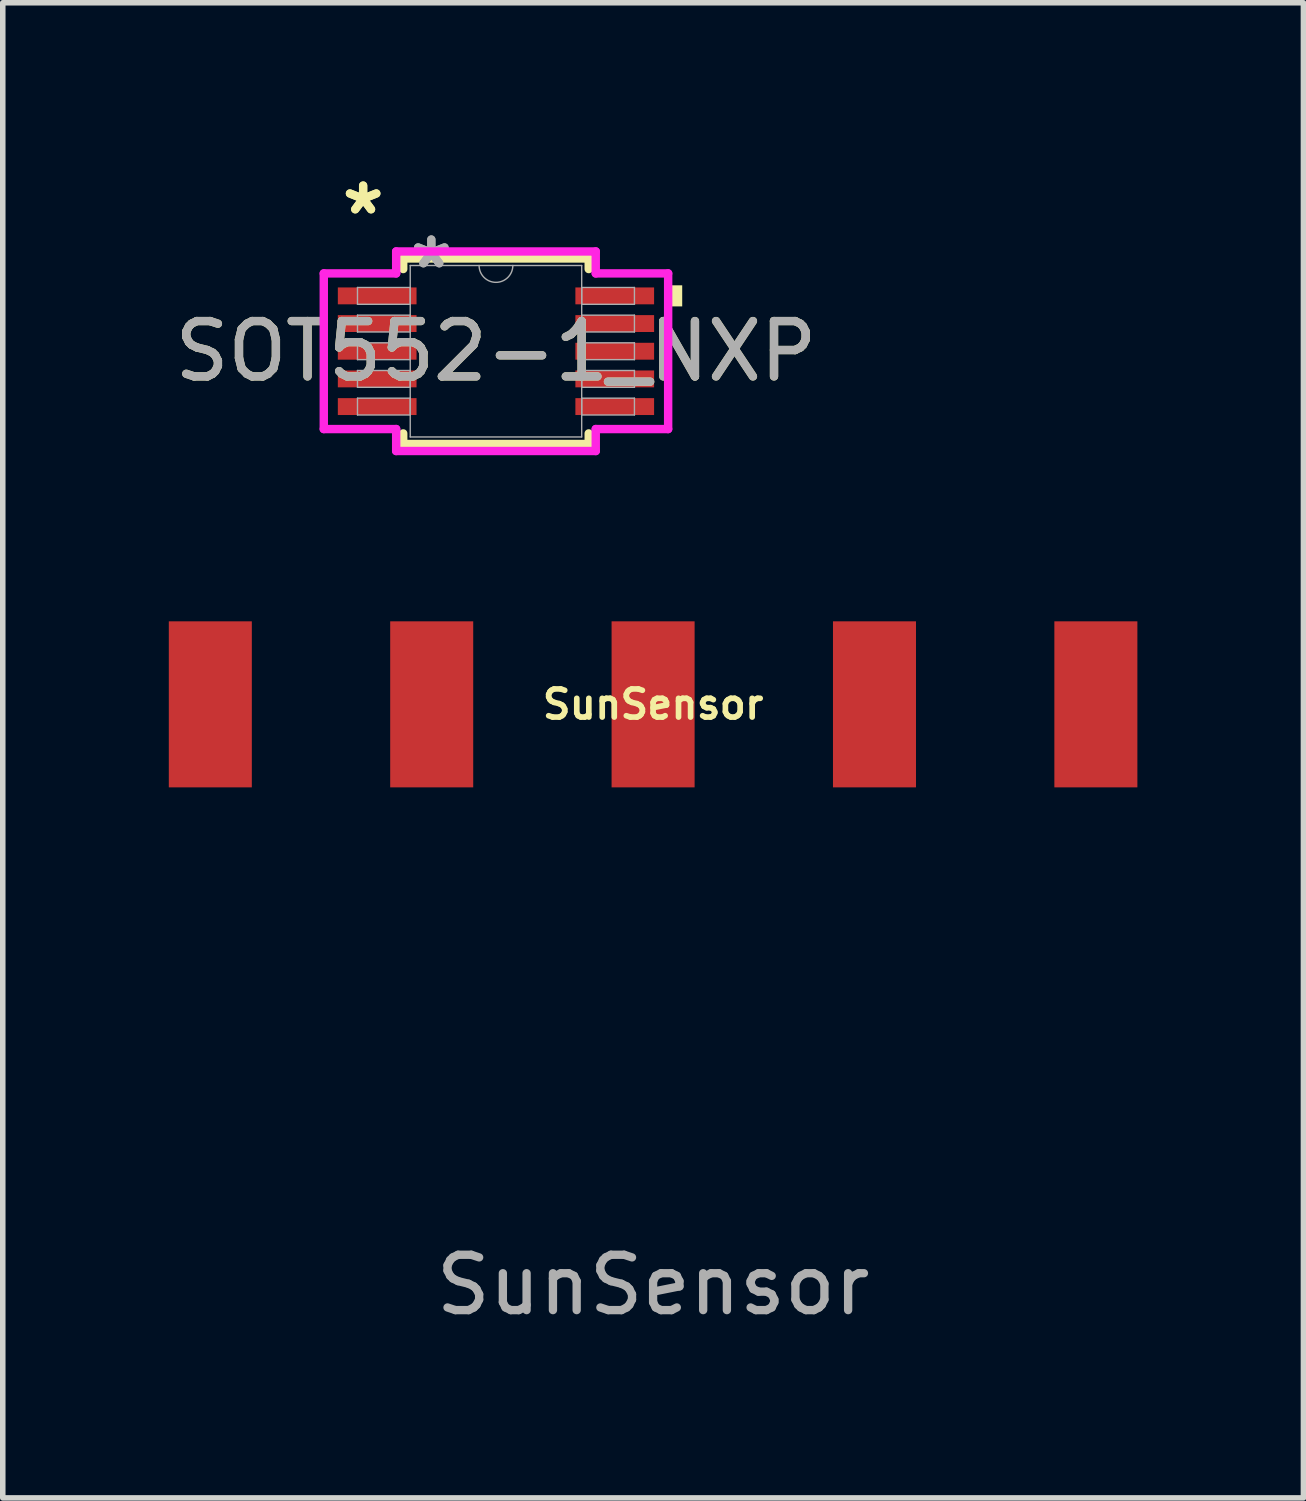
<source format=kicad_pcb>
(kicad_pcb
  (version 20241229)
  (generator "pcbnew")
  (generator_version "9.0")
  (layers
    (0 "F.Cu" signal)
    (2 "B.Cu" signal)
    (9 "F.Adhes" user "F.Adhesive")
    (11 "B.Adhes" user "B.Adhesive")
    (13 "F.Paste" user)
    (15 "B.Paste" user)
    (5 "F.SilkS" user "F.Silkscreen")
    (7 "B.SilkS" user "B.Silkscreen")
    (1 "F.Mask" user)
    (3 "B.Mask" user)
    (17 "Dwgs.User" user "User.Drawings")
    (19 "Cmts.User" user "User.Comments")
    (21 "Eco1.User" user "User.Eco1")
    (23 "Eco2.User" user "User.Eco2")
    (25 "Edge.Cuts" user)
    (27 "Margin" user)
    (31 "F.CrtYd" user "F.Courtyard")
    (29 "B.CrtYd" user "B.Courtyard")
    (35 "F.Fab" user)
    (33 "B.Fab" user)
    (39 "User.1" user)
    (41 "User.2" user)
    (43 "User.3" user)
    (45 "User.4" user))
  (footprint "SOT552-1_NXP"
    (layer "F.Cu")
    (at 5.911 3.296)
    (property "Reference" "SOT552-1_NXP" (at 0 0 0) (unlocked yes) (layer "F.SilkS") (effects (font (size 1 1) (thickness 0.15))))
    (attr smd)
    (fp_line (start -1.676 -1.676) (end -1.676 -1.485) (stroke (width 0.152) (type solid)) (layer "F.SilkS"))
    (fp_line (start -1.676 1.485) (end -1.676 1.676) (stroke (width 0.152) (type solid)) (layer "F.SilkS"))
    (fp_line (start -1.676 1.676) (end 1.676 1.676) (stroke (width 0.152) (type solid)) (layer "F.SilkS"))
    (fp_line (start 1.676 -1.676) (end -1.676 -1.676) (stroke (width 0.152) (type solid)) (layer "F.SilkS"))
    (fp_line (start 1.676 -1.485) (end 1.676 -1.676) (stroke (width 0.152) (type solid)) (layer "F.SilkS"))
    (fp_line (start 1.676 1.676) (end 1.676 1.485) (stroke (width 0.152) (type solid)) (layer "F.SilkS"))
    (fp_poly (pts (xy 3.365 -1.191) (xy 3.365 -0.81) (xy 3.111 -0.81) (xy 3.111 -1.191)) (stroke (width 0) (type solid)) (fill yes) (layer "F.SilkS"))
    (fp_line (start -3.111 -1.406) (end -1.803 -1.406) (stroke (width 0.152) (type solid)) (layer "F.CrtYd"))
    (fp_line (start -3.111 1.406) (end -3.111 -1.406) (stroke (width 0.152) (type solid)) (layer "F.CrtYd"))
    (fp_line (start -3.111 1.406) (end -1.803 1.406) (stroke (width 0.152) (type solid)) (layer "F.CrtYd"))
    (fp_line (start -1.803 -1.803) (end 1.803 -1.803) (stroke (width 0.152) (type solid)) (layer "F.CrtYd"))
    (fp_line (start -1.803 -1.406) (end -1.803 -1.803) (stroke (width 0.152) (type solid)) (layer "F.CrtYd"))
    (fp_line (start -1.803 1.803) (end -1.803 1.406) (stroke (width 0.152) (type solid)) (layer "F.CrtYd"))
    (fp_line (start 1.803 -1.803) (end 1.803 -1.406) (stroke (width 0.152) (type solid)) (layer "F.CrtYd"))
    (fp_line (start 1.803 1.406) (end 1.803 1.803) (stroke (width 0.152) (type solid)) (layer "F.CrtYd"))
    (fp_line (start 1.803 1.803) (end -1.803 1.803) (stroke (width 0.152) (type solid)) (layer "F.CrtYd"))
    (fp_line (start 3.111 -1.406) (end 1.803 -1.406) (stroke (width 0.152) (type solid)) (layer "F.CrtYd"))
    (fp_line (start 3.111 -1.406) (end 3.111 1.406) (stroke (width 0.152) (type solid)) (layer "F.CrtYd"))
    (fp_line (start 3.111 1.406) (end 1.803 1.406) (stroke (width 0.152) (type solid)) (layer "F.CrtYd"))
    (fp_line (start -2.502 -1.152) (end -2.502 -0.848) (stroke (width 0.025) (type solid)) (layer "F.Fab"))
    (fp_line (start -2.502 -0.848) (end -1.549 -0.848) (stroke (width 0.025) (type solid)) (layer "F.Fab"))
    (fp_line (start -2.502 -0.652) (end -2.502 -0.348) (stroke (width 0.025) (type solid)) (layer "F.Fab"))
    (fp_line (start -2.502 -0.348) (end -1.549 -0.348) (stroke (width 0.025) (type solid)) (layer "F.Fab"))
    (fp_line (start -2.502 -0.152) (end -2.502 0.152) (stroke (width 0.025) (type solid)) (layer "F.Fab"))
    (fp_line (start -2.502 0.152) (end -1.549 0.152) (stroke (width 0.025) (type solid)) (layer "F.Fab"))
    (fp_line (start -2.502 0.348) (end -2.502 0.652) (stroke (width 0.025) (type solid)) (layer "F.Fab"))
    (fp_line (start -2.502 0.652) (end -1.549 0.652) (stroke (width 0.025) (type solid)) (layer "F.Fab"))
    (fp_line (start -2.502 0.848) (end -2.502 1.152) (stroke (width 0.025) (type solid)) (layer "F.Fab"))
    (fp_line (start -2.502 1.152) (end -1.549 1.152) (stroke (width 0.025) (type solid)) (layer "F.Fab"))
    (fp_line (start -1.549 -1.549) (end -1.549 1.549) (stroke (width 0.025) (type solid)) (layer "F.Fab"))
    (fp_line (start -1.549 -1.152) (end -2.502 -1.152) (stroke (width 0.025) (type solid)) (layer "F.Fab"))
    (fp_line (start -1.549 -0.848) (end -1.549 -1.152) (stroke (width 0.025) (type solid)) (layer "F.Fab"))
    (fp_line (start -1.549 -0.652) (end -2.502 -0.652) (stroke (width 0.025) (type solid)) (layer "F.Fab"))
    (fp_line (start -1.549 -0.348) (end -1.549 -0.652) (stroke (width 0.025) (type solid)) (layer "F.Fab"))
    (fp_line (start -1.549 -0.152) (end -2.502 -0.152) (stroke (width 0.025) (type solid)) (layer "F.Fab"))
    (fp_line (start -1.549 0.152) (end -1.549 -0.152) (stroke (width 0.025) (type solid)) (layer "F.Fab"))
    (fp_line (start -1.549 0.348) (end -2.502 0.348) (stroke (width 0.025) (type solid)) (layer "F.Fab"))
    (fp_line (start -1.549 0.652) (end -1.549 0.348) (stroke (width 0.025) (type solid)) (layer "F.Fab"))
    (fp_line (start -1.549 0.848) (end -2.502 0.848) (stroke (width 0.025) (type solid)) (layer "F.Fab"))
    (fp_line (start -1.549 1.152) (end -1.549 0.848) (stroke (width 0.025) (type solid)) (layer "F.Fab"))
    (fp_line (start -1.549 1.549) (end 1.549 1.549) (stroke (width 0.025) (type solid)) (layer "F.Fab"))
    (fp_line (start 1.549 -1.549) (end -1.549 -1.549) (stroke (width 0.025) (type solid)) (layer "F.Fab"))
    (fp_line (start 1.549 -1.152) (end 1.549 -0.848) (stroke (width 0.025) (type solid)) (layer "F.Fab"))
    (fp_line (start 1.549 -0.848) (end 2.502 -0.848) (stroke (width 0.025) (type solid)) (layer "F.Fab"))
    (fp_line (start 1.549 -0.652) (end 1.549 -0.348) (stroke (width 0.025) (type solid)) (layer "F.Fab"))
    (fp_line (start 1.549 -0.348) (end 2.502 -0.348) (stroke (width 0.025) (type solid)) (layer "F.Fab"))
    (fp_line (start 1.549 -0.152) (end 1.549 0.152) (stroke (width 0.025) (type solid)) (layer "F.Fab"))
    (fp_line (start 1.549 0.152) (end 2.502 0.152) (stroke (width 0.025) (type solid)) (layer "F.Fab"))
    (fp_line (start 1.549 0.348) (end 1.549 0.652) (stroke (width 0.025) (type solid)) (layer "F.Fab"))
    (fp_line (start 1.549 0.652) (end 2.502 0.652) (stroke (width 0.025) (type solid)) (layer "F.Fab"))
    (fp_line (start 1.549 0.848) (end 1.549 1.152) (stroke (width 0.025) (type solid)) (layer "F.Fab"))
    (fp_line (start 1.549 1.152) (end 2.502 1.152) (stroke (width 0.025) (type solid)) (layer "F.Fab"))
    (fp_line (start 1.549 1.549) (end 1.549 -1.549) (stroke (width 0.025) (type solid)) (layer "F.Fab"))
    (fp_line (start 2.502 -1.152) (end 1.549 -1.152) (stroke (width 0.025) (type solid)) (layer "F.Fab"))
    (fp_line (start 2.502 -0.848) (end 2.502 -1.152) (stroke (width 0.025) (type solid)) (layer "F.Fab"))
    (fp_line (start 2.502 -0.652) (end 1.549 -0.652) (stroke (width 0.025) (type solid)) (layer "F.Fab"))
    (fp_line (start 2.502 -0.348) (end 2.502 -0.652) (stroke (width 0.025) (type solid)) (layer "F.Fab"))
    (fp_line (start 2.502 -0.152) (end 1.549 -0.152) (stroke (width 0.025) (type solid)) (layer "F.Fab"))
    (fp_line (start 2.502 0.152) (end 2.502 -0.152) (stroke (width 0.025) (type solid)) (layer "F.Fab"))
    (fp_line (start 2.502 0.348) (end 1.549 0.348) (stroke (width 0.025) (type solid)) (layer "F.Fab"))
    (fp_line (start 2.502 0.652) (end 2.502 0.348) (stroke (width 0.025) (type solid)) (layer "F.Fab"))
    (fp_line (start 2.502 0.848) (end 1.549 0.848) (stroke (width 0.025) (type solid)) (layer "F.Fab"))
    (fp_line (start 2.502 1.152) (end 2.502 0.848) (stroke (width 0.025) (type solid)) (layer "F.Fab"))
    (fp_arc (start 0.3048 -1.5494) (mid 0 -1.2446) (end -0.3048 -1.5494) (stroke (width 0.0254) (type solid)) (layer "F.Fab"))
    (fp_text user "*" (at -2.4 -2.448 0) (layer "F.SilkS") (effects (font (size 1 1) (thickness 0.15))))
    (fp_text user "*" (at -2.4 -2.448 0) (unlocked yes) (layer "F.SilkS") (effects (font (size 1 1) (thickness 0.15))))
    (fp_text user "${REFERENCE}" (at 0 0 0) (unlocked yes) (layer "F.Fab") (effects (font (size 1 1) (thickness 0.15))))
    (fp_text user "*" (at -1.168 -1.473 0) (unlocked yes) (layer "F.Fab") (effects (font (size 1 1) (thickness 0.15))))
    (fp_text user "*" (at -1.168 -1.473 0) (layer "F.Fab") (effects (font (size 1 1) (thickness 0.15))))
    (pad "1" smd rect (at -2.146 -1) (size 1.422 0.305) (layers "F.Cu" "F.Mask" "F.Paste"))
    (pad "2" smd rect (at -2.146 -0.5) (size 1.422 0.305) (layers "F.Cu" "F.Mask" "F.Paste"))
    (pad "3" smd rect (at -2.146 0) (size 1.422 0.305) (layers "F.Cu" "F.Mask" "F.Paste"))
    (pad "4" smd rect (at -2.146 0.5) (size 1.422 0.305) (layers "F.Cu" "F.Mask" "F.Paste"))
    (pad "5" smd rect (at -2.146 1) (size 1.422 0.305) (layers "F.Cu" "F.Mask" "F.Paste"))
    (pad "6" smd rect (at 2.146 1) (size 1.422 0.305) (layers "F.Cu" "F.Mask" "F.Paste"))
    (pad "7" smd rect (at 2.146 0.5) (size 1.422 0.305) (layers "F.Cu" "F.Mask" "F.Paste"))
    (pad "8" smd rect (at 2.146 0) (size 1.422 0.305) (layers "F.Cu" "F.Mask" "F.Paste"))
    (pad "9" smd rect (at 2.146 -0.5) (size 1.422 0.305) (layers "F.Cu" "F.Mask" "F.Paste"))
    (pad "10" smd rect (at 2.146 -1) (size 1.422 0.305) (layers "F.Cu" "F.Mask" "F.Paste")))
  (footprint "SunSensor"
    (layer "F.Cu")
    (at 8.75 9.676)
    (property "Reference" "SunSensor" (at 0 0 0) (unlocked yes) (layer "F.SilkS") (effects (font (size 0.508 0.508) (thickness 0.102) (bold yes))))
    (attr smd)
    (fp_text user "${REFERENCE}" (at 0 10.49 0) (unlocked yes) (layer "F.Fab") (effects (font (size 1 1) (thickness 0.15))))
    (pad "1" smd rect (at -8 0 270) (size 3 1.5) (layers "F.Cu" "F.Mask" "F.Paste"))
    (pad "2" smd rect (at -4 0 270) (size 3 1.5) (layers "F.Cu" "F.Mask" "F.Paste"))
    (pad "3" smd rect (at 0 0 270) (size 3 1.5) (layers "F.Cu" "F.Mask" "F.Paste"))
    (pad "4" smd rect (at 4 0 270) (size 3 1.5) (layers "F.Cu" "F.Mask" "F.Paste"))
    (pad "5" smd rect (at 8 0 270) (size 3 1.5) (layers "F.Cu" "F.Mask" "F.Paste")))
  (gr_rect
    (start -3 -3)
    (end 20.5 24.014)
    (stroke (width 0.1) (type default))
    (fill no)
    (layer "Edge.Cuts")))
</source>
